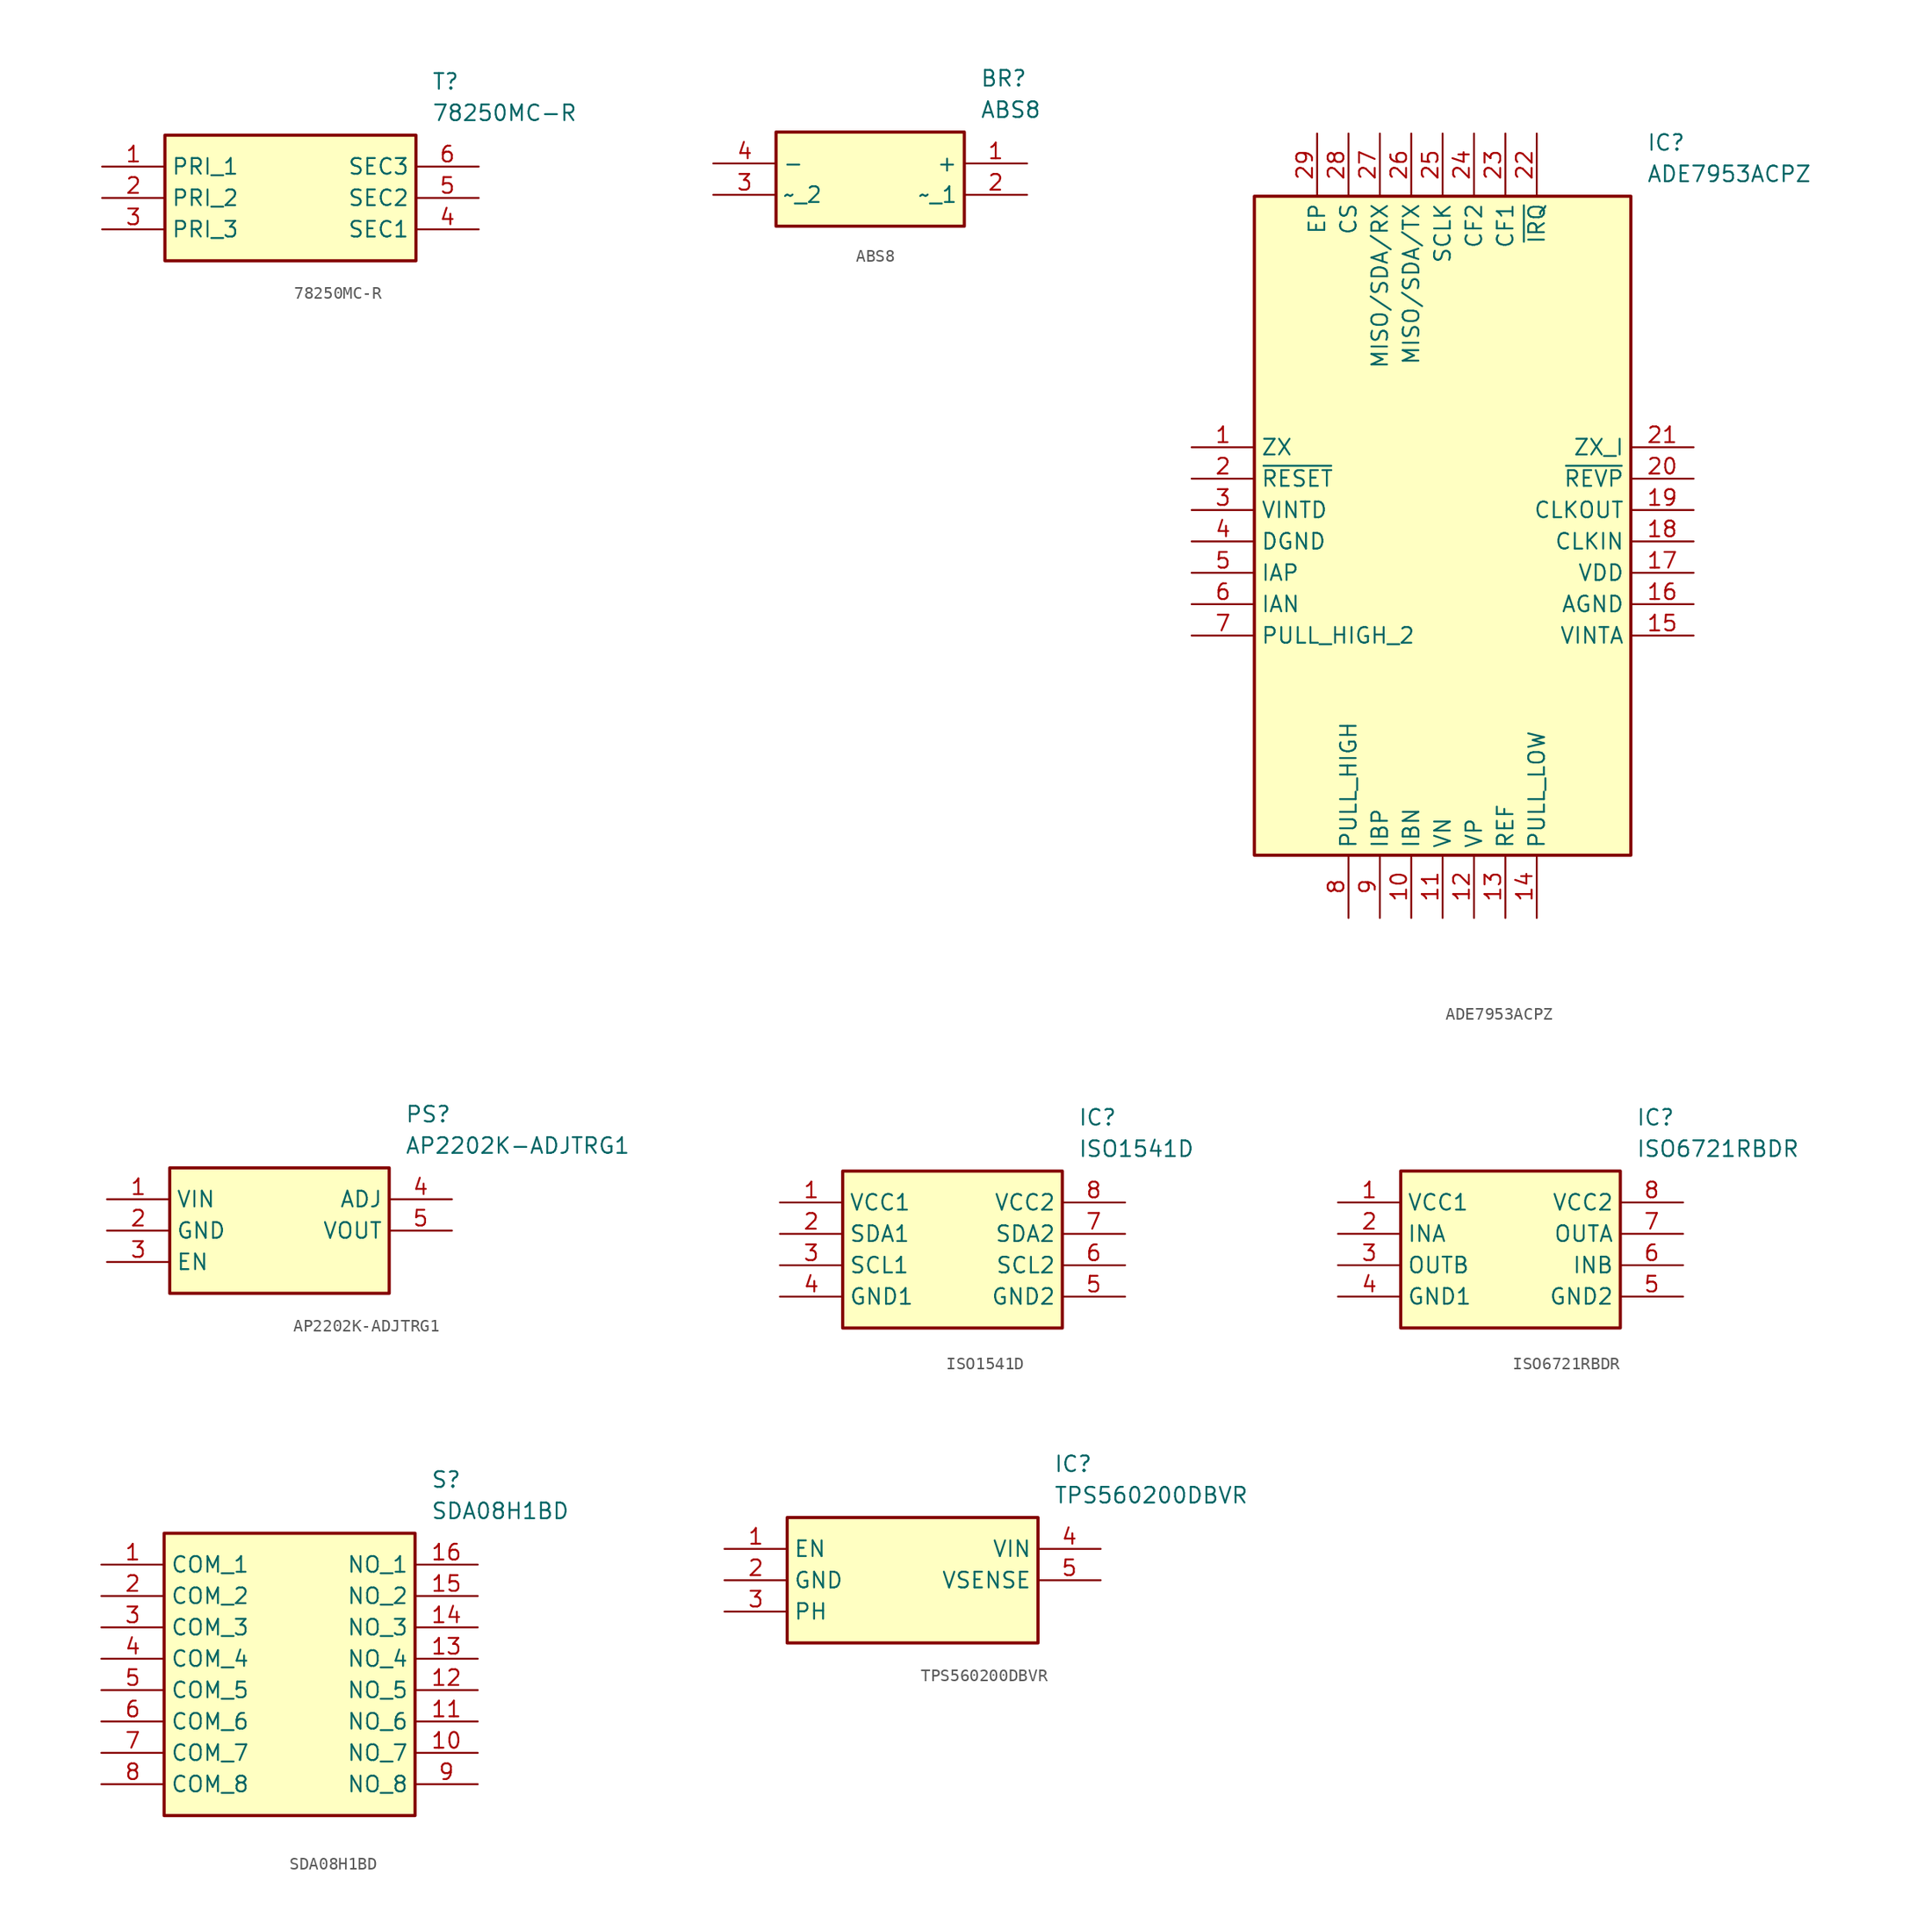
<source format=kicad_sym>
(kicad_symbol_lib
  (version 20220914)
  (generator kicad_symbol_editor)
  (symbol "78250MC-R"
    (property "Reference" "T"
      (at 26.67 7.62 0)
      (effects (font (size 1.27 1.27)) (justify left top)))
    (property "Value" "78250MC-R"
      (at 26.67 5.08 0)
      (effects (font (size 1.27 1.27)) (justify left top)))
    (rectangle
      (start 5.08 2.54)
      (end 25.4 -7.62)
      (stroke (width 0.254) (type default))
      (fill (type background)))
    (pin passive line
      (at 0 0 0)
      (length 5.08)
      (name "PRI_1" (effects (font (size 1.27 1.27))))
      (number "1" (effects (font (size 1.27 1.27)))))
    (pin passive line
      (at 0 -2.54 0)
      (length 5.08)
      (name "PRI_2" (effects (font (size 1.27 1.27))))
      (number "2" (effects (font (size 1.27 1.27)))))
    (pin passive line
      (at 0 -5.08 0)
      (length 5.08)
      (name "PRI_3" (effects (font (size 1.27 1.27))))
      (number "3" (effects (font (size 1.27 1.27)))))
    (pin passive line
      (at 30.48 0 180)
      (length 5.08)
      (name "SEC3" (effects (font (size 1.27 1.27))))
      (number "6" (effects (font (size 1.27 1.27)))))
    (pin passive line
      (at 30.48 -2.54 180)
      (length 5.08)
      (name "SEC2" (effects (font (size 1.27 1.27))))
      (number "5" (effects (font (size 1.27 1.27)))))
    (pin passive line
      (at 30.48 -5.08 180)
      (length 5.08)
      (name "SEC1" (effects (font (size 1.27 1.27))))
      (number "4" (effects (font (size 1.27 1.27))))))
  (symbol "ABS8"
    (property "Reference" "BR"
      (at 21.59 7.62 0)
      (effects (font (size 1.27 1.27)) (justify left top)))
    (property "Value" "ABS8"
      (at 21.59 5.08 0)
      (effects (font (size 1.27 1.27)) (justify left top)))
    (rectangle
      (start 5.08 2.54)
      (end 20.32 -5.08)
      (stroke (width 0.254) (type default))
      (fill (type background)))
    (pin passive line
      (at 25.4 0 180)
      (length 5.08)
      (name "+" (effects (font (size 1.27 1.27))))
      (number "1" (effects (font (size 1.27 1.27)))))
    (pin passive line
      (at 25.4 -2.54 180)
      (length 5.08)
      (name "~_1" (effects (font (size 1.27 1.27))))
      (number "2" (effects (font (size 1.27 1.27)))))
    (pin passive line
      (at 0 -2.54 0)
      (length 5.08)
      (name "~_2" (effects (font (size 1.27 1.27))))
      (number "3" (effects (font (size 1.27 1.27)))))
    (pin passive line
      (at 0 0 0)
      (length 5.08)
      (name "-" (effects (font (size 1.27 1.27))))
      (number "4" (effects (font (size 1.27 1.27))))))
  (symbol "ADE7953ACPZ"
    (property "Reference" "IC"
      (at 36.83 25.4 0)
      (effects (font (size 1.27 1.27)) (justify left top)))
    (property "Value" "ADE7953ACPZ"
      (at 36.83 22.86 0)
      (effects (font (size 1.27 1.27)) (justify left top)))
    (symbol "ADE7953ACPZ_1_1"
      (rectangle (start 5.08 20.32) (end 35.56 -33.02) (stroke (width 0.254) (type default)) (fill (type background)))
      (pin passive line (at 0 0 0) (length 5.08) (name "ZX" (effects (font (size 1.27 1.27)))) (number "1" (effects (font (size 1.27 1.27)))))
      (pin passive line (at 17.78 -38.1 90) (length 5.08) (name "IBN" (effects (font (size 1.27 1.27)))) (number "10" (effects (font (size 1.27 1.27)))))
      (pin passive line (at 20.32 -38.1 90) (length 5.08) (name "VN" (effects (font (size 1.27 1.27)))) (number "11" (effects (font (size 1.27 1.27)))))
      (pin passive line (at 22.86 -38.1 90) (length 5.08) (name "VP" (effects (font (size 1.27 1.27)))) (number "12" (effects (font (size 1.27 1.27)))))
      (pin passive line (at 25.4 -38.1 90) (length 5.08) (name "REF" (effects (font (size 1.27 1.27)))) (number "13" (effects (font (size 1.27 1.27)))))
      (pin passive line (at 27.94 -38.1 90) (length 5.08) (name "PULL_LOW" (effects (font (size 1.27 1.27)))) (number "14" (effects (font (size 1.27 1.27)))))
      (pin passive line (at 40.64 -15.24 180) (length 5.08) (name "VINTA" (effects (font (size 1.27 1.27)))) (number "15" (effects (font (size 1.27 1.27)))))
      (pin passive line (at 40.64 -12.7 180) (length 5.08) (name "AGND" (effects (font (size 1.27 1.27)))) (number "16" (effects (font (size 1.27 1.27)))))
      (pin passive line (at 40.64 -10.16 180) (length 5.08) (name "VDD" (effects (font (size 1.27 1.27)))) (number "17" (effects (font (size 1.27 1.27)))))
      (pin passive line (at 40.64 -7.62 180) (length 5.08) (name "CLKIN" (effects (font (size 1.27 1.27)))) (number "18" (effects (font (size 1.27 1.27)))))
      (pin passive line (at 40.64 -5.08 180) (length 5.08) (name "CLKOUT" (effects (font (size 1.27 1.27)))) (number "19" (effects (font (size 1.27 1.27)))))
      (pin passive line (at 0 -2.54 0) (length 5.08) (name "~{RESET}" (effects (font (size 1.27 1.27)))) (number "2" (effects (font (size 1.27 1.27)))))
      (pin passive line (at 40.64 -2.54 180) (length 5.08) (name "~{REVP}" (effects (font (size 1.27 1.27)))) (number "20" (effects (font (size 1.27 1.27)))))
      (pin passive line (at 40.64 0 180) (length 5.08) (name "ZX_I" (effects (font (size 1.27 1.27)))) (number "21" (effects (font (size 1.27 1.27)))))
      (pin passive line (at 27.94 25.4 270) (length 5.08) (name "~{IRQ}" (effects (font (size 1.27 1.27)))) (number "22" (effects (font (size 1.27 1.27)))))
      (pin passive line (at 25.4 25.4 270) (length 5.08) (name "CF1" (effects (font (size 1.27 1.27)))) (number "23" (effects (font (size 1.27 1.27)))))
      (pin passive line (at 22.86 25.4 270) (length 5.08) (name "CF2" (effects (font (size 1.27 1.27)))) (number "24" (effects (font (size 1.27 1.27)))))
      (pin passive line (at 20.32 25.4 270) (length 5.08) (name "SCLK" (effects (font (size 1.27 1.27)))) (number "25" (effects (font (size 1.27 1.27)))))
      (pin passive line (at 17.78 25.4 270) (length 5.08) (name "MISO/SDA/TX" (effects (font (size 1.27 1.27)))) (number "26" (effects (font (size 1.27 1.27)))))
      (pin passive line (at 15.24 25.4 270) (length 5.08) (name "MISO/SDA/RX" (effects (font (size 1.27 1.27)))) (number "27" (effects (font (size 1.27 1.27)))))
      (pin passive line (at 12.7 25.4 270) (length 5.08) (name "CS" (effects (font (size 1.27 1.27)))) (number "28" (effects (font (size 1.27 1.27)))))
      (pin passive line (at 10.16 25.4 270) (length 5.08) (name "EP" (effects (font (size 1.27 1.27)))) (number "29" (effects (font (size 1.27 1.27)))))
      (pin passive line (at 0 -5.08 0) (length 5.08) (name "VINTD" (effects (font (size 1.27 1.27)))) (number "3" (effects (font (size 1.27 1.27)))))
      (pin passive line (at 0 -7.62 0) (length 5.08) (name "DGND" (effects (font (size 1.27 1.27)))) (number "4" (effects (font (size 1.27 1.27)))))
      (pin passive line (at 0 -10.16 0) (length 5.08) (name "IAP" (effects (font (size 1.27 1.27)))) (number "5" (effects (font (size 1.27 1.27)))))
      (pin passive line (at 0 -12.7 0) (length 5.08) (name "IAN" (effects (font (size 1.27 1.27)))) (number "6" (effects (font (size 1.27 1.27)))))
      (pin passive line (at 0 -15.24 0) (length 5.08) (name "PULL_HIGH_2" (effects (font (size 1.27 1.27)))) (number "7" (effects (font (size 1.27 1.27)))))
      (pin passive line (at 12.7 -38.1 90) (length 5.08) (name "PULL_HIGH" (effects (font (size 1.27 1.27)))) (number "8" (effects (font (size 1.27 1.27)))))
      (pin passive line (at 15.24 -38.1 90) (length 5.08) (name "IBP" (effects (font (size 1.27 1.27)))) (number "9" (effects (font (size 1.27 1.27)))))))
  (symbol "AP2202K-ADJTRG1"
    (property "Reference" "PS"
      (at 24.13 7.62 0)
      (effects (font (size 1.27 1.27)) (justify left top)))
    (property "Value" "AP2202K-ADJTRG1"
      (at 24.13 5.08 0)
      (effects (font (size 1.27 1.27)) (justify left top)))
    (symbol "AP2202K-ADJTRG1_1_1"
      (rectangle (start 5.08 2.54) (end 22.86 -7.62) (stroke (width 0.254) (type default)) (fill (type background)))
      (pin power_in line (at 0 0 0) (length 5.08) (name "VIN" (effects (font (size 1.27 1.27)))) (number "1" (effects (font (size 1.27 1.27)))))
      (pin power_in line (at 0 -2.54 0) (length 5.08) (name "GND" (effects (font (size 1.27 1.27)))) (number "2" (effects (font (size 1.27 1.27)))))
      (pin input line (at 0 -5.08 0) (length 5.08) (name "EN" (effects (font (size 1.27 1.27)))) (number "3" (effects (font (size 1.27 1.27)))))
      (pin bidirectional line (at 27.94 0 180) (length 5.08) (name "ADJ" (effects (font (size 1.27 1.27)))) (number "4" (effects (font (size 1.27 1.27)))))
      (pin power_in line (at 27.94 -2.54 180) (length 5.08) (name "VOUT" (effects (font (size 1.27 1.27)))) (number "5" (effects (font (size 1.27 1.27)))))))
  (symbol "ISO1541D"
    (property "Reference" "IC"
      (at 24.13 7.62 0)
      (effects (font (size 1.27 1.27)) (justify left top)))
    (property "Value" "ISO1541D"
      (at 24.13 5.08 0)
      (effects (font (size 1.27 1.27)) (justify left top)))
    (symbol "ISO1541D_1_1"
      (rectangle (start 5.08 2.54) (end 22.86 -10.16) (stroke (width 0.254) (type default)) (fill (type background)))
      (pin power_in line (at 0 0 0) (length 5.08) (name "VCC1" (effects (font (size 1.27 1.27)))) (number "1" (effects (font (size 1.27 1.27)))))
      (pin bidirectional line (at 0 -2.54 0) (length 5.08) (name "SDA1" (effects (font (size 1.27 1.27)))) (number "2" (effects (font (size 1.27 1.27)))))
      (pin passive line (at 0 -5.08 0) (length 5.08) (name "SCL1" (effects (font (size 1.27 1.27)))) (number "3" (effects (font (size 1.27 1.27)))))
      (pin passive line (at 0 -7.62 0) (length 5.08) (name "GND1" (effects (font (size 1.27 1.27)))) (number "4" (effects (font (size 1.27 1.27)))))
      (pin passive line (at 27.94 -7.62 180) (length 5.08) (name "GND2" (effects (font (size 1.27 1.27)))) (number "5" (effects (font (size 1.27 1.27)))))
      (pin passive line (at 27.94 -5.08 180) (length 5.08) (name "SCL2" (effects (font (size 1.27 1.27)))) (number "6" (effects (font (size 1.27 1.27)))))
      (pin passive line (at 27.94 -2.54 180) (length 5.08) (name "SDA2" (effects (font (size 1.27 1.27)))) (number "7" (effects (font (size 1.27 1.27)))))
      (pin passive line (at 27.94 0 180) (length 5.08) (name "VCC2" (effects (font (size 1.27 1.27)))) (number "8" (effects (font (size 1.27 1.27)))))))
  (symbol "ISO6721RBDR"
    (property "Reference" "IC"
      (at 24.13 7.62 0)
      (effects (font (size 1.27 1.27)) (justify left top)))
    (property "Value" "ISO6721RBDR"
      (at 24.13 5.08 0)
      (effects (font (size 1.27 1.27)) (justify left top)))
    (symbol "ISO6721RBDR_1_1"
      (rectangle (start 5.08 2.54) (end 22.86 -10.16) (stroke (width 0.254) (type default)) (fill (type background)))
      (pin passive line (at 0 0 0) (length 5.08) (name "VCC1" (effects (font (size 1.27 1.27)))) (number "1" (effects (font (size 1.27 1.27)))))
      (pin passive line (at 0 -2.54 0) (length 5.08) (name "INA" (effects (font (size 1.27 1.27)))) (number "2" (effects (font (size 1.27 1.27)))))
      (pin passive line (at 0 -5.08 0) (length 5.08) (name "OUTB" (effects (font (size 1.27 1.27)))) (number "3" (effects (font (size 1.27 1.27)))))
      (pin passive line (at 0 -7.62 0) (length 5.08) (name "GND1" (effects (font (size 1.27 1.27)))) (number "4" (effects (font (size 1.27 1.27)))))
      (pin passive line (at 27.94 -7.62 180) (length 5.08) (name "GND2" (effects (font (size 1.27 1.27)))) (number "5" (effects (font (size 1.27 1.27)))))
      (pin passive line (at 27.94 -5.08 180) (length 5.08) (name "INB" (effects (font (size 1.27 1.27)))) (number "6" (effects (font (size 1.27 1.27)))))
      (pin passive line (at 27.94 -2.54 180) (length 5.08) (name "OUTA" (effects (font (size 1.27 1.27)))) (number "7" (effects (font (size 1.27 1.27)))))
      (pin passive line (at 27.94 0 180) (length 5.08) (name "VCC2" (effects (font (size 1.27 1.27)))) (number "8" (effects (font (size 1.27 1.27)))))))
  (symbol "SDA08H1BD"
    (property "Reference" "S"
      (at 26.67 7.62 0)
      (effects (font (size 1.27 1.27)) (justify left top)))
    (property "Value" "SDA08H1BD"
      (at 26.67 5.08 0)
      (effects (font (size 1.27 1.27)) (justify left top)))
    (rectangle
      (start 5.08 2.54)
      (end 25.4 -20.32)
      (stroke (width 0.254) (type default))
      (fill (type background)))
    (pin passive line
      (at 0 0 0)
      (length 5.08)
      (name "COM_1" (effects (font (size 1.27 1.27))))
      (number "1" (effects (font (size 1.27 1.27)))))
    (pin passive line
      (at 0 -2.54 0)
      (length 5.08)
      (name "COM_2" (effects (font (size 1.27 1.27))))
      (number "2" (effects (font (size 1.27 1.27)))))
    (pin passive line
      (at 0 -5.08 0)
      (length 5.08)
      (name "COM_3" (effects (font (size 1.27 1.27))))
      (number "3" (effects (font (size 1.27 1.27)))))
    (pin passive line
      (at 0 -7.62 0)
      (length 5.08)
      (name "COM_4" (effects (font (size 1.27 1.27))))
      (number "4" (effects (font (size 1.27 1.27)))))
    (pin passive line
      (at 0 -10.16 0)
      (length 5.08)
      (name "COM_5" (effects (font (size 1.27 1.27))))
      (number "5" (effects (font (size 1.27 1.27)))))
    (pin passive line
      (at 0 -12.7 0)
      (length 5.08)
      (name "COM_6" (effects (font (size 1.27 1.27))))
      (number "6" (effects (font (size 1.27 1.27)))))
    (pin passive line
      (at 0 -15.24 0)
      (length 5.08)
      (name "COM_7" (effects (font (size 1.27 1.27))))
      (number "7" (effects (font (size 1.27 1.27)))))
    (pin passive line
      (at 0 -17.78 0)
      (length 5.08)
      (name "COM_8" (effects (font (size 1.27 1.27))))
      (number "8" (effects (font (size 1.27 1.27)))))
    (pin passive line
      (at 30.48 -17.78 180)
      (length 5.08)
      (name "NO_8" (effects (font (size 1.27 1.27))))
      (number "9" (effects (font (size 1.27 1.27)))))
    (pin passive line
      (at 30.48 -15.24 180)
      (length 5.08)
      (name "NO_7" (effects (font (size 1.27 1.27))))
      (number "10" (effects (font (size 1.27 1.27)))))
    (pin passive line
      (at 30.48 -12.7 180)
      (length 5.08)
      (name "NO_6" (effects (font (size 1.27 1.27))))
      (number "11" (effects (font (size 1.27 1.27)))))
    (pin passive line
      (at 30.48 -10.16 180)
      (length 5.08)
      (name "NO_5" (effects (font (size 1.27 1.27))))
      (number "12" (effects (font (size 1.27 1.27)))))
    (pin passive line
      (at 30.48 -7.62 180)
      (length 5.08)
      (name "NO_4" (effects (font (size 1.27 1.27))))
      (number "13" (effects (font (size 1.27 1.27)))))
    (pin passive line
      (at 30.48 -5.08 180)
      (length 5.08)
      (name "NO_3" (effects (font (size 1.27 1.27))))
      (number "14" (effects (font (size 1.27 1.27)))))
    (pin passive line
      (at 30.48 -2.54 180)
      (length 5.08)
      (name "NO_2" (effects (font (size 1.27 1.27))))
      (number "15" (effects (font (size 1.27 1.27)))))
    (pin passive line
      (at 30.48 0 180)
      (length 5.08)
      (name "NO_1" (effects (font (size 1.27 1.27))))
      (number "16" (effects (font (size 1.27 1.27))))))
  (symbol "TPS560200DBVR"
    (property "Reference" "IC"
      (at 26.67 7.62 0)
      (effects (font (size 1.27 1.27)) (justify left top)))
    (property "Value" "TPS560200DBVR"
      (at 26.67 5.08 0)
      (effects (font (size 1.27 1.27)) (justify left top)))
    (symbol "TPS560200DBVR_1_1"
      (rectangle (start 5.08 2.54) (end 25.4 -7.62) (stroke (width 0.254) (type default)) (fill (type background)))
      (pin passive line (at 0 0 0) (length 5.08) (name "EN" (effects (font (size 1.27 1.27)))) (number "1" (effects (font (size 1.27 1.27)))))
      (pin passive line (at 0 -2.54 0) (length 5.08) (name "GND" (effects (font (size 1.27 1.27)))) (number "2" (effects (font (size 1.27 1.27)))))
      (pin passive line (at 0 -5.08 0) (length 5.08) (name "PH" (effects (font (size 1.27 1.27)))) (number "3" (effects (font (size 1.27 1.27)))))
      (pin passive line (at 30.48 0 180) (length 5.08) (name "VIN" (effects (font (size 1.27 1.27)))) (number "4" (effects (font (size 1.27 1.27)))))
      (pin passive line (at 30.48 -2.54 180) (length 5.08) (name "VSENSE" (effects (font (size 1.27 1.27)))) (number "5" (effects (font (size 1.27 1.27))))))))
</source>
